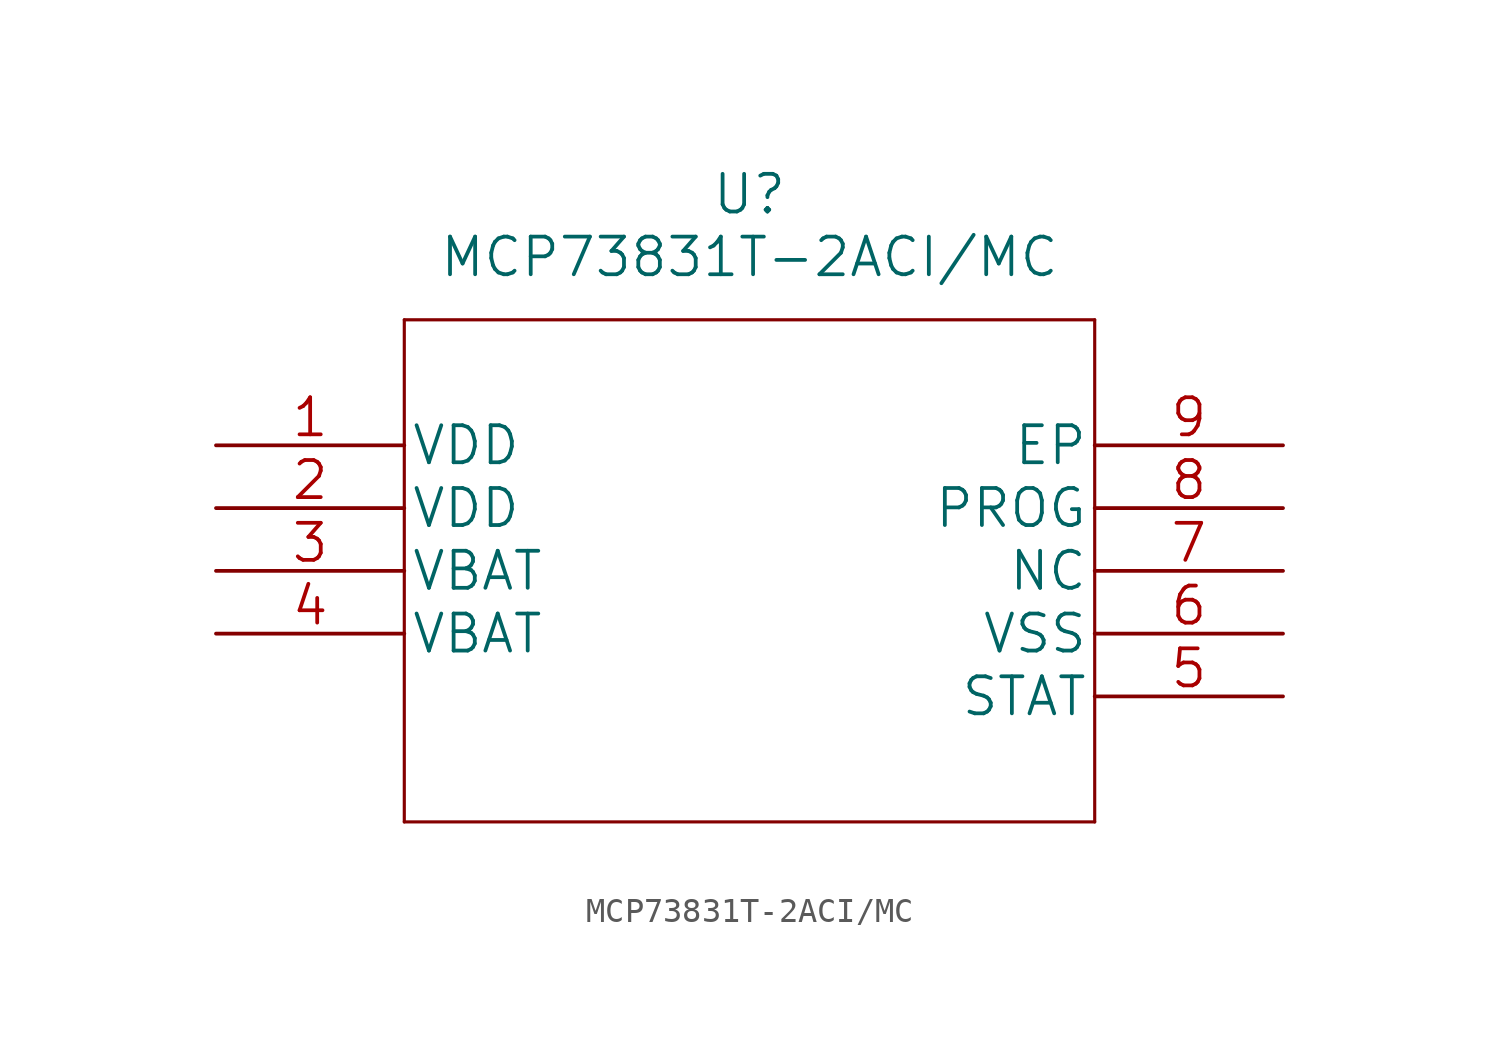
<source format=kicad_sym>
(kicad_symbol_lib
  (version 20220914)
  (generator kicad_symbol_editor)
  (symbol "MCP73831T-2ACI/MC"
    (pin_names
      (offset 0.254))
    (property "Reference" "U"
      (at 21.59 10.16 0)
      (effects (font (size 1.524 1.524))))
    (property "Value" "MCP73831T-2ACI/MC"
      (at 21.59 7.62 0)
      (effects (font (size 1.524 1.524))))
    (property "Datasheet" ""
      (at 0 0 0)
      (effects (font (size 1.524 1.524))))
    (property "ki_locked" ""
      (at 0 0 0)
      (effects (font (size 1.27 1.27))))
    (symbol "MCP73831T-2ACI/MC_1_1"
      (polyline (pts (xy 7.62 -15.24) (xy 35.56 -15.24)) (stroke (width 0.127) (type solid)) (fill (type none)))
      (polyline (pts (xy 7.62 5.08) (xy 7.62 -15.24)) (stroke (width 0.127) (type solid)) (fill (type none)))
      (polyline (pts (xy 35.56 -15.24) (xy 35.56 5.08)) (stroke (width 0.127) (type solid)) (fill (type none)))
      (polyline (pts (xy 35.56 5.08) (xy 7.62 5.08)) (stroke (width 0.127) (type solid)) (fill (type none)))
      (pin unspecified line (at 0 0 0) (length 7.62) (name "VDD" (effects (font (size 1.499 1.499)))) (number "1" (effects (font (size 1.499 1.499)))))
      (pin unspecified line (at 0 -2.54 0) (length 7.62) (name "VDD" (effects (font (size 1.499 1.499)))) (number "2" (effects (font (size 1.499 1.499)))))
      (pin unspecified line (at 0 -5.08 0) (length 7.62) (name "VBAT" (effects (font (size 1.499 1.499)))) (number "3" (effects (font (size 1.499 1.499)))))
      (pin unspecified line (at 0 -7.62 0) (length 7.62) (name "VBAT" (effects (font (size 1.499 1.499)))) (number "4" (effects (font (size 1.499 1.499)))))
      (pin unspecified line (at 43.18 -10.16 180) (length 7.62) (name "STAT" (effects (font (size 1.499 1.499)))) (number "5" (effects (font (size 1.499 1.499)))))
      (pin unspecified line (at 43.18 -7.62 180) (length 7.62) (name "VSS" (effects (font (size 1.499 1.499)))) (number "6" (effects (font (size 1.499 1.499)))))
      (pin unspecified line (at 43.18 -5.08 180) (length 7.62) (name "NC" (effects (font (size 1.499 1.499)))) (number "7" (effects (font (size 1.499 1.499)))))
      (pin unspecified line (at 43.18 -2.54 180) (length 7.62) (name "PROG" (effects (font (size 1.499 1.499)))) (number "8" (effects (font (size 1.499 1.499)))))
      (pin unspecified line (at 43.18 0 180) (length 7.62) (name "EP" (effects (font (size 1.499 1.499)))) (number "9" (effects (font (size 1.499 1.499))))))))
</source>
